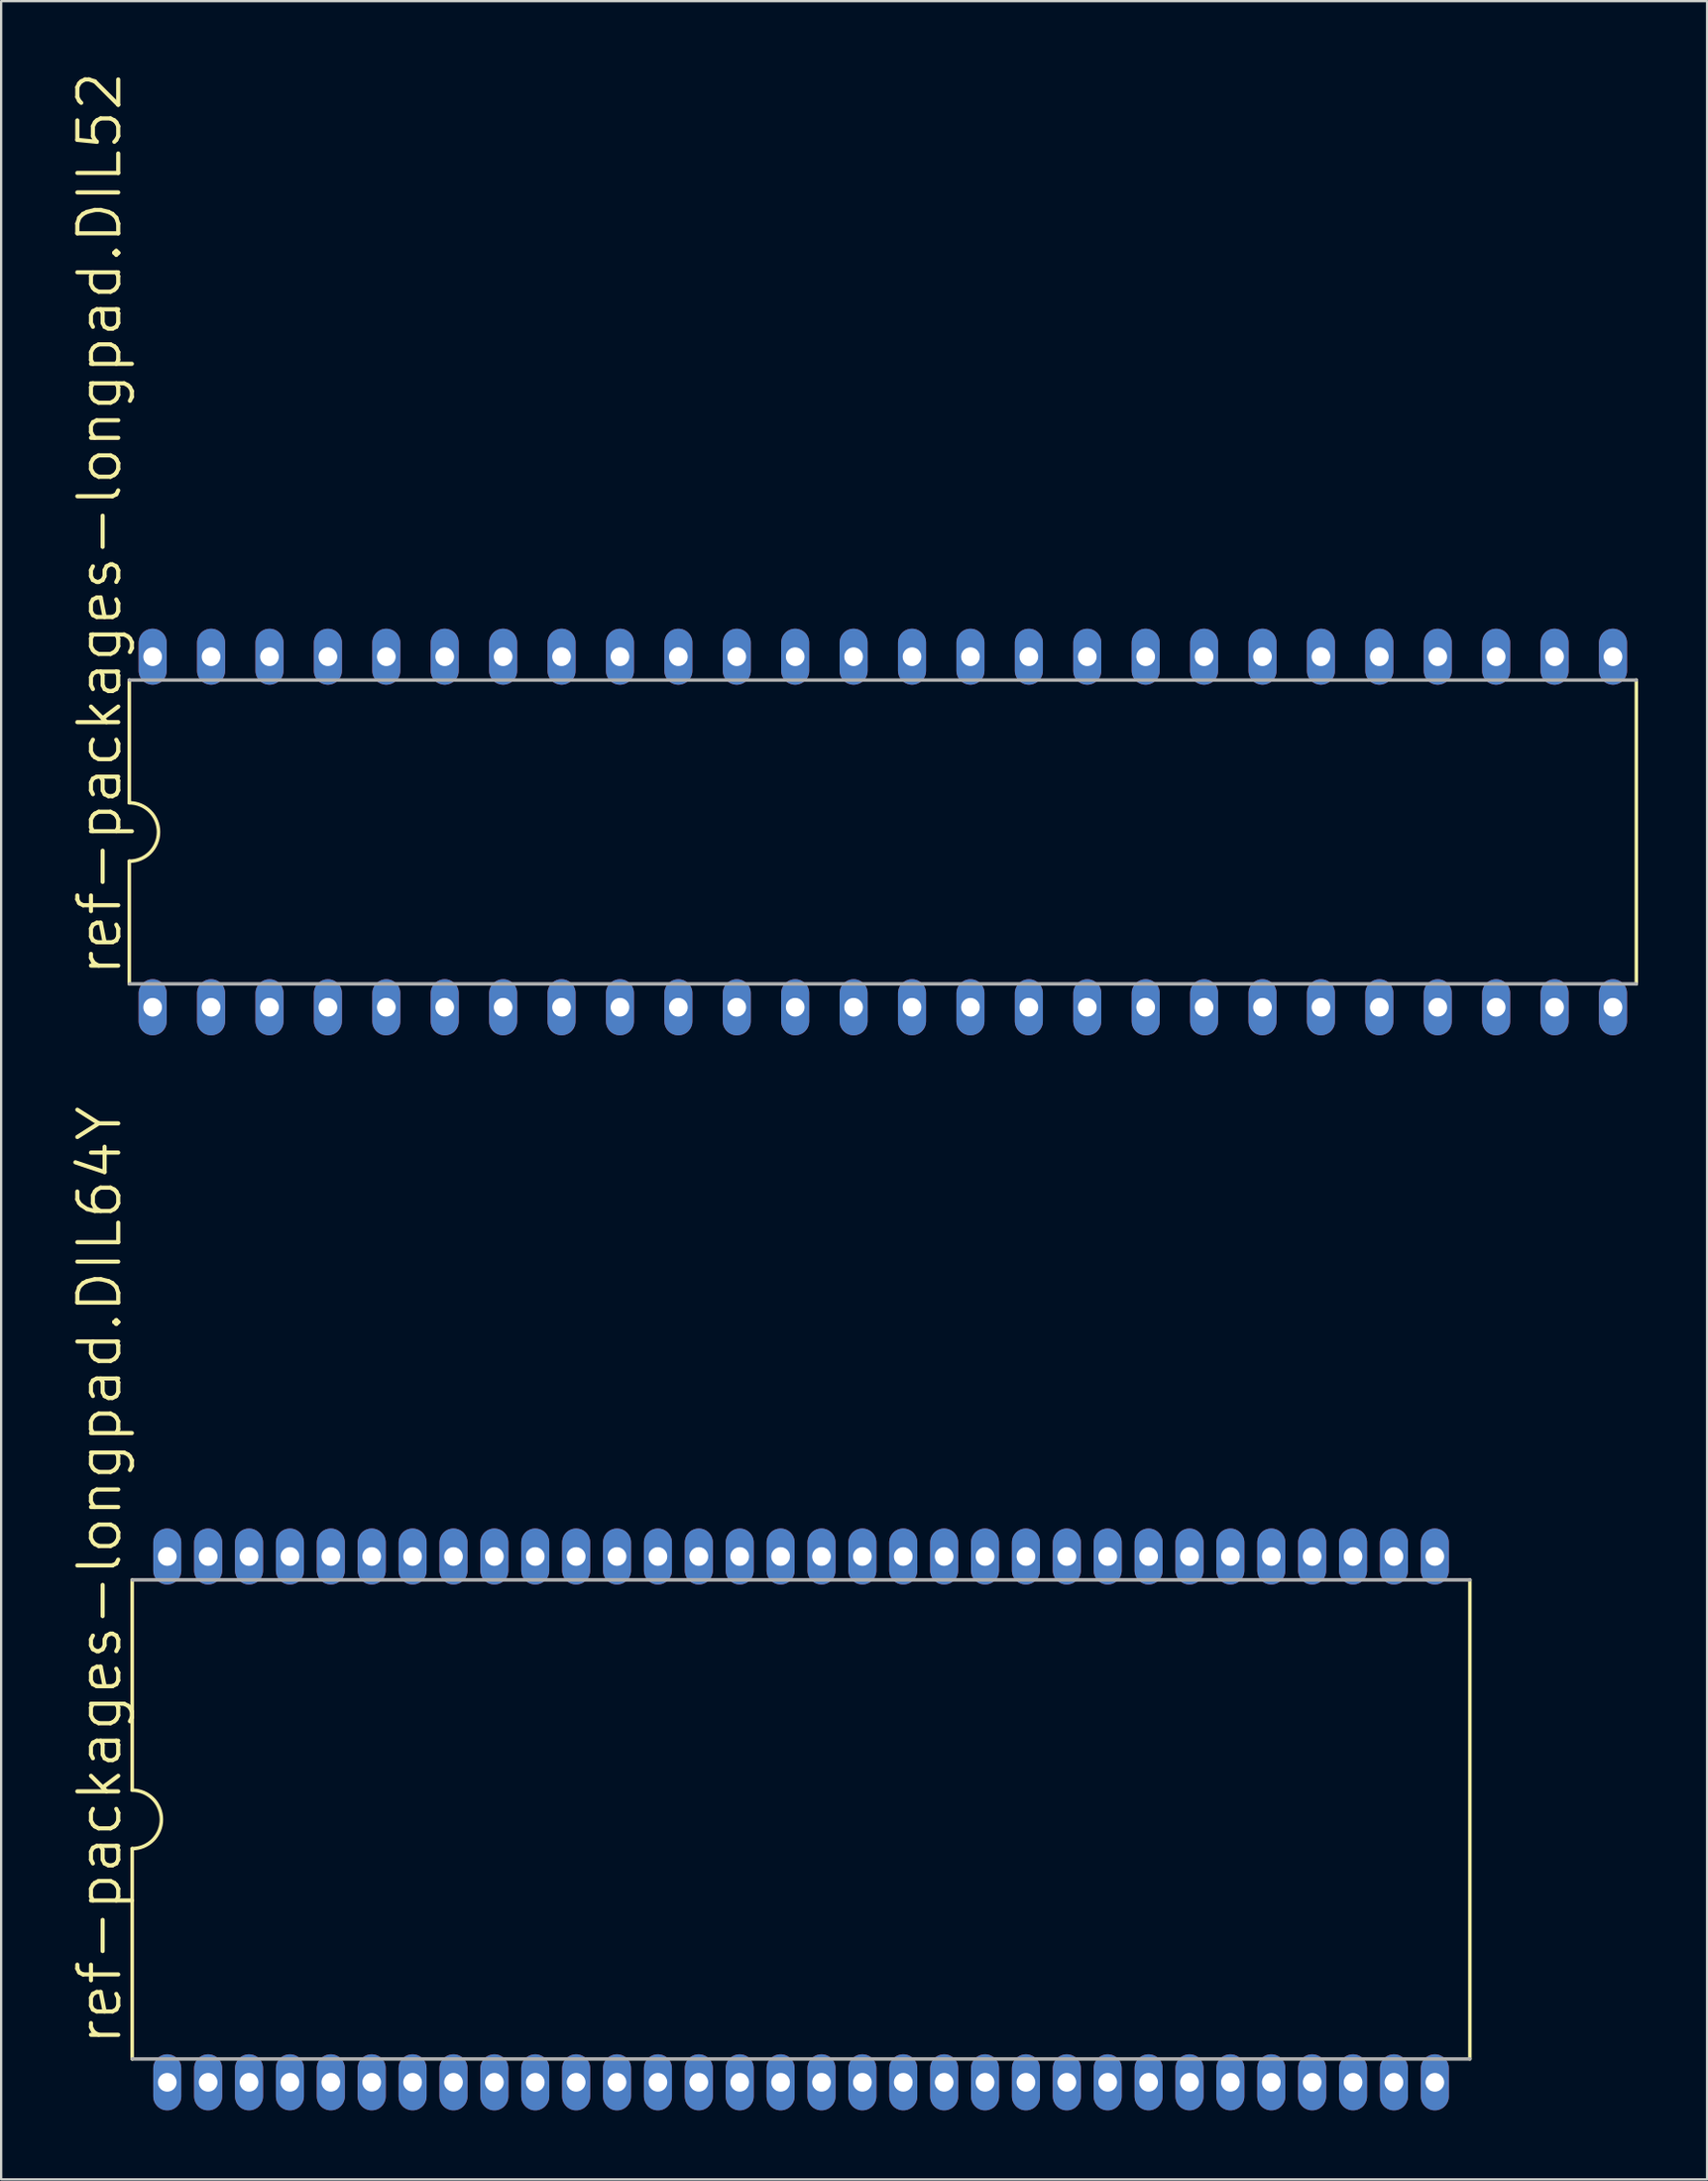
<source format=kicad_pcb>
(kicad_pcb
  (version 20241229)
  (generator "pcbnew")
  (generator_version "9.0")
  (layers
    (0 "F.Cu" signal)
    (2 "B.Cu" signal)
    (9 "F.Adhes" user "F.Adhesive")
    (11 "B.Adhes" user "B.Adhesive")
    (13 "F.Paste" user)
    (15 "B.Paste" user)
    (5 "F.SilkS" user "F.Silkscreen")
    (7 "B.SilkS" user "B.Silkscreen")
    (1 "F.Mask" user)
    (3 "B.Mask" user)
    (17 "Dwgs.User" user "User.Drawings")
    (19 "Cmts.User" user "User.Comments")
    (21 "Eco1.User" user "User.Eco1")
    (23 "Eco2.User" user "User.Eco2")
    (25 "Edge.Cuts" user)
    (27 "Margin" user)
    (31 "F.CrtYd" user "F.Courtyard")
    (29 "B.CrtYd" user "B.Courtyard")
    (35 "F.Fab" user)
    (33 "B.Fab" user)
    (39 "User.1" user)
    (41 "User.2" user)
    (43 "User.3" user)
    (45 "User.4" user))
  (footprint "ref-packages-longpad.DIL64Y"
    (layer "F.Cu")
    (at 31.782 76.047)
    (property "Reference" "ref-packages-longpad.DIL64Y" (at -29.464 9.906 90) (layer "F.SilkS") (effects (font (size 1.778 1.778) (thickness 0.18)) (justify left bottom)))
    (attr through_hole)
    (fp_line (start -29.083 -10.414) (end -29.083 -1.27) (stroke (width 0.152) (type default)) (layer "F.SilkS"))
    (fp_line (start -29.083 1.27) (end -29.083 10.414) (stroke (width 0.152) (type default)) (layer "F.SilkS"))
    (fp_line (start 29.083 10.414) (end 29.083 -10.414) (stroke (width 0.152) (type default)) (layer "F.SilkS"))
    (fp_arc (start -29.083 -1.27) (mid -27.813 0) (end -29.083 1.27) (stroke (width 0.1524) (type default)) (layer "F.SilkS"))
    (fp_line (start -29.083 -10.414) (end 29.083 -10.414) (stroke (width 0.152) (type default)) (layer "F.Fab"))
    (fp_line (start -29.083 10.414) (end 29.083 10.414) (stroke (width 0.152) (type default)) (layer "F.Fab"))
    (pad "1" thru_hole oval (at -27.559 11.43 90) (size 2.438 1.219) (drill 0.813) (layers "*.Cu" "*.Mask"))
    (pad "2" thru_hole oval (at -25.781 11.43 90) (size 2.438 1.219) (drill 0.813) (layers "*.Cu" "*.Mask"))
    (pad "3" thru_hole oval (at -24.003 11.43 90) (size 2.438 1.219) (drill 0.813) (layers "*.Cu" "*.Mask"))
    (pad "4" thru_hole oval (at -22.225 11.43 90) (size 2.438 1.219) (drill 0.813) (layers "*.Cu" "*.Mask"))
    (pad "5" thru_hole oval (at -20.447 11.43 90) (size 2.438 1.219) (drill 0.813) (layers "*.Cu" "*.Mask"))
    (pad "6" thru_hole oval (at -18.669 11.43 90) (size 2.438 1.219) (drill 0.813) (layers "*.Cu" "*.Mask"))
    (pad "7" thru_hole oval (at -16.891 11.43 90) (size 2.438 1.219) (drill 0.813) (layers "*.Cu" "*.Mask"))
    (pad "8" thru_hole oval (at -15.113 11.43 90) (size 2.438 1.219) (drill 0.813) (layers "*.Cu" "*.Mask"))
    (pad "9" thru_hole oval (at -13.335 11.43 90) (size 2.438 1.219) (drill 0.813) (layers "*.Cu" "*.Mask"))
    (pad "10" thru_hole oval (at -11.557 11.43 90) (size 2.438 1.219) (drill 0.813) (layers "*.Cu" "*.Mask"))
    (pad "11" thru_hole oval (at -9.779 11.43 90) (size 2.438 1.219) (drill 0.813) (layers "*.Cu" "*.Mask"))
    (pad "12" thru_hole oval (at -8.001 11.43 90) (size 2.438 1.219) (drill 0.813) (layers "*.Cu" "*.Mask"))
    (pad "13" thru_hole oval (at -6.223 11.43 90) (size 2.438 1.219) (drill 0.813) (layers "*.Cu" "*.Mask"))
    (pad "14" thru_hole oval (at -4.445 11.43 90) (size 2.438 1.219) (drill 0.813) (layers "*.Cu" "*.Mask"))
    (pad "15" thru_hole oval (at -2.667 11.43 90) (size 2.438 1.219) (drill 0.813) (layers "*.Cu" "*.Mask"))
    (pad "16" thru_hole oval (at -0.889 11.43 90) (size 2.438 1.219) (drill 0.813) (layers "*.Cu" "*.Mask"))
    (pad "17" thru_hole oval (at 0.889 11.43 90) (size 2.438 1.219) (drill 0.813) (layers "*.Cu" "*.Mask"))
    (pad "18" thru_hole oval (at 2.667 11.43 90) (size 2.438 1.219) (drill 0.813) (layers "*.Cu" "*.Mask"))
    (pad "19" thru_hole oval (at 4.445 11.43 90) (size 2.438 1.219) (drill 0.813) (layers "*.Cu" "*.Mask"))
    (pad "20" thru_hole oval (at 6.223 11.43 90) (size 2.438 1.219) (drill 0.813) (layers "*.Cu" "*.Mask"))
    (pad "21" thru_hole oval (at 8.001 11.43 90) (size 2.438 1.219) (drill 0.813) (layers "*.Cu" "*.Mask"))
    (pad "22" thru_hole oval (at 9.779 11.43 90) (size 2.438 1.219) (drill 0.813) (layers "*.Cu" "*.Mask"))
    (pad "23" thru_hole oval (at 11.557 11.43 90) (size 2.438 1.219) (drill 0.813) (layers "*.Cu" "*.Mask"))
    (pad "24" thru_hole oval (at 13.335 11.43 90) (size 2.438 1.219) (drill 0.813) (layers "*.Cu" "*.Mask"))
    (pad "25" thru_hole oval (at 15.113 11.43 90) (size 2.438 1.219) (drill 0.813) (layers "*.Cu" "*.Mask"))
    (pad "26" thru_hole oval (at 16.891 11.43 90) (size 2.438 1.219) (drill 0.813) (layers "*.Cu" "*.Mask"))
    (pad "27" thru_hole oval (at 18.669 11.43 90) (size 2.438 1.219) (drill 0.813) (layers "*.Cu" "*.Mask"))
    (pad "28" thru_hole oval (at 20.447 11.43 90) (size 2.438 1.219) (drill 0.813) (layers "*.Cu" "*.Mask"))
    (pad "29" thru_hole oval (at 22.225 11.43 90) (size 2.438 1.219) (drill 0.813) (layers "*.Cu" "*.Mask"))
    (pad "30" thru_hole oval (at 24.003 11.43 90) (size 2.438 1.219) (drill 0.813) (layers "*.Cu" "*.Mask"))
    (pad "31" thru_hole oval (at 25.781 11.43 90) (size 2.438 1.219) (drill 0.813) (layers "*.Cu" "*.Mask"))
    (pad "32" thru_hole oval (at 27.559 11.43 90) (size 2.438 1.219) (drill 0.813) (layers "*.Cu" "*.Mask"))
    (pad "33" thru_hole oval (at 27.559 -11.43 90) (size 2.438 1.219) (drill 0.813) (layers "*.Cu" "*.Mask"))
    (pad "34" thru_hole oval (at 25.781 -11.43 90) (size 2.438 1.219) (drill 0.813) (layers "*.Cu" "*.Mask"))
    (pad "35" thru_hole oval (at 24.003 -11.43 90) (size 2.438 1.219) (drill 0.813) (layers "*.Cu" "*.Mask"))
    (pad "36" thru_hole oval (at 22.225 -11.43 90) (size 2.438 1.219) (drill 0.813) (layers "*.Cu" "*.Mask"))
    (pad "37" thru_hole oval (at 20.447 -11.43 90) (size 2.438 1.219) (drill 0.813) (layers "*.Cu" "*.Mask"))
    (pad "38" thru_hole oval (at 18.669 -11.43 90) (size 2.438 1.219) (drill 0.813) (layers "*.Cu" "*.Mask"))
    (pad "39" thru_hole oval (at 16.891 -11.43 90) (size 2.438 1.219) (drill 0.813) (layers "*.Cu" "*.Mask"))
    (pad "40" thru_hole oval (at 15.113 -11.43 90) (size 2.438 1.219) (drill 0.813) (layers "*.Cu" "*.Mask"))
    (pad "41" thru_hole oval (at 13.335 -11.43 90) (size 2.438 1.219) (drill 0.813) (layers "*.Cu" "*.Mask"))
    (pad "42" thru_hole oval (at 11.557 -11.43 90) (size 2.438 1.219) (drill 0.813) (layers "*.Cu" "*.Mask"))
    (pad "43" thru_hole oval (at 9.779 -11.43 90) (size 2.438 1.219) (drill 0.813) (layers "*.Cu" "*.Mask"))
    (pad "44" thru_hole oval (at 8.001 -11.43 90) (size 2.438 1.219) (drill 0.813) (layers "*.Cu" "*.Mask"))
    (pad "45" thru_hole oval (at 6.223 -11.43 90) (size 2.438 1.219) (drill 0.813) (layers "*.Cu" "*.Mask"))
    (pad "46" thru_hole oval (at 4.445 -11.43 90) (size 2.438 1.219) (drill 0.813) (layers "*.Cu" "*.Mask"))
    (pad "47" thru_hole oval (at 2.667 -11.43 90) (size 2.438 1.219) (drill 0.813) (layers "*.Cu" "*.Mask"))
    (pad "48" thru_hole oval (at 0.889 -11.43 90) (size 2.438 1.219) (drill 0.813) (layers "*.Cu" "*.Mask"))
    (pad "49" thru_hole oval (at -0.889 -11.43 90) (size 2.438 1.219) (drill 0.813) (layers "*.Cu" "*.Mask"))
    (pad "50" thru_hole oval (at -2.667 -11.43 90) (size 2.438 1.219) (drill 0.813) (layers "*.Cu" "*.Mask"))
    (pad "51" thru_hole oval (at -4.445 -11.43 90) (size 2.438 1.219) (drill 0.813) (layers "*.Cu" "*.Mask"))
    (pad "52" thru_hole oval (at -6.223 -11.43 90) (size 2.438 1.219) (drill 0.813) (layers "*.Cu" "*.Mask"))
    (pad "53" thru_hole oval (at -8.001 -11.43 90) (size 2.438 1.219) (drill 0.813) (layers "*.Cu" "*.Mask"))
    (pad "54" thru_hole oval (at -9.779 -11.43 90) (size 2.438 1.219) (drill 0.813) (layers "*.Cu" "*.Mask"))
    (pad "55" thru_hole oval (at -11.557 -11.43 90) (size 2.438 1.219) (drill 0.813) (layers "*.Cu" "*.Mask"))
    (pad "56" thru_hole oval (at -13.335 -11.43 90) (size 2.438 1.219) (drill 0.813) (layers "*.Cu" "*.Mask"))
    (pad "57" thru_hole oval (at -15.113 -11.43 90) (size 2.438 1.219) (drill 0.813) (layers "*.Cu" "*.Mask"))
    (pad "58" thru_hole oval (at -16.891 -11.43 90) (size 2.438 1.219) (drill 0.813) (layers "*.Cu" "*.Mask"))
    (pad "59" thru_hole oval (at -18.669 -11.43 90) (size 2.438 1.219) (drill 0.813) (layers "*.Cu" "*.Mask"))
    (pad "60" thru_hole oval (at -20.447 -11.43 90) (size 2.438 1.219) (drill 0.813) (layers "*.Cu" "*.Mask"))
    (pad "61" thru_hole oval (at -22.225 -11.43 90) (size 2.438 1.219) (drill 0.813) (layers "*.Cu" "*.Mask"))
    (pad "62" thru_hole oval (at -24.003 -11.43 90) (size 2.438 1.219) (drill 0.813) (layers "*.Cu" "*.Mask"))
    (pad "63" thru_hole oval (at -25.781 -11.43 90) (size 2.438 1.219) (drill 0.813) (layers "*.Cu" "*.Mask"))
    (pad "64" thru_hole oval (at -27.559 -11.43 90) (size 2.438 1.219) (drill 0.813) (layers "*.Cu" "*.Mask")))
  (footprint "ref-packages-longpad.DIL52"
    (layer "F.Cu")
    (at 35.338 33.12)
    (property "Reference" "ref-packages-longpad.DIL52" (at -33.02 6.35 90) (layer "F.SilkS") (effects (font (size 1.778 1.778) (thickness 0.18)) (justify left bottom)))
    (attr through_hole)
    (fp_line (start -32.766 -1.27) (end -32.766 -6.604) (stroke (width 0.152) (type default)) (layer "F.SilkS"))
    (fp_line (start -32.766 1.27) (end -32.766 6.604) (stroke (width 0.152) (type default)) (layer "F.SilkS"))
    (fp_line (start 32.766 6.604) (end 32.766 -6.604) (stroke (width 0.152) (type default)) (layer "F.SilkS"))
    (fp_arc (start -32.766 -1.27) (mid -31.496 0) (end -32.766 1.27) (stroke (width 0.1524) (type default)) (layer "F.SilkS"))
    (fp_line (start -32.766 -6.604) (end 32.766 -6.604) (stroke (width 0.152) (type default)) (layer "F.Fab"))
    (fp_line (start -32.766 6.604) (end 32.766 6.604) (stroke (width 0.152) (type default)) (layer "F.Fab"))
    (pad "1" thru_hole oval (at -31.75 7.62 90) (size 2.438 1.219) (drill 0.813) (layers "*.Cu" "*.Mask"))
    (pad "2" thru_hole oval (at -29.21 7.62 90) (size 2.438 1.219) (drill 0.813) (layers "*.Cu" "*.Mask"))
    (pad "3" thru_hole oval (at -26.67 7.62 90) (size 2.438 1.219) (drill 0.813) (layers "*.Cu" "*.Mask"))
    (pad "4" thru_hole oval (at -24.13 7.62 90) (size 2.438 1.219) (drill 0.813) (layers "*.Cu" "*.Mask"))
    (pad "5" thru_hole oval (at -21.59 7.62 90) (size 2.438 1.219) (drill 0.813) (layers "*.Cu" "*.Mask"))
    (pad "6" thru_hole oval (at -19.05 7.62 90) (size 2.438 1.219) (drill 0.813) (layers "*.Cu" "*.Mask"))
    (pad "7" thru_hole oval (at -16.51 7.62 90) (size 2.438 1.219) (drill 0.813) (layers "*.Cu" "*.Mask"))
    (pad "8" thru_hole oval (at -13.97 7.62 90) (size 2.438 1.219) (drill 0.813) (layers "*.Cu" "*.Mask"))
    (pad "9" thru_hole oval (at -11.43 7.62 90) (size 2.438 1.219) (drill 0.813) (layers "*.Cu" "*.Mask"))
    (pad "10" thru_hole oval (at -8.89 7.62 90) (size 2.438 1.219) (drill 0.813) (layers "*.Cu" "*.Mask"))
    (pad "11" thru_hole oval (at -6.35 7.62 90) (size 2.438 1.219) (drill 0.813) (layers "*.Cu" "*.Mask"))
    (pad "12" thru_hole oval (at -3.81 7.62 90) (size 2.438 1.219) (drill 0.813) (layers "*.Cu" "*.Mask"))
    (pad "13" thru_hole oval (at -1.27 7.62 90) (size 2.438 1.219) (drill 0.813) (layers "*.Cu" "*.Mask"))
    (pad "14" thru_hole oval (at 1.27 7.62 90) (size 2.438 1.219) (drill 0.813) (layers "*.Cu" "*.Mask"))
    (pad "15" thru_hole oval (at 3.81 7.62 90) (size 2.438 1.219) (drill 0.813) (layers "*.Cu" "*.Mask"))
    (pad "16" thru_hole oval (at 6.35 7.62 90) (size 2.438 1.219) (drill 0.813) (layers "*.Cu" "*.Mask"))
    (pad "17" thru_hole oval (at 8.89 7.62 90) (size 2.438 1.219) (drill 0.813) (layers "*.Cu" "*.Mask"))
    (pad "18" thru_hole oval (at 11.43 7.62 90) (size 2.438 1.219) (drill 0.813) (layers "*.Cu" "*.Mask"))
    (pad "19" thru_hole oval (at 13.97 7.62 90) (size 2.438 1.219) (drill 0.813) (layers "*.Cu" "*.Mask"))
    (pad "20" thru_hole oval (at 16.51 7.62 90) (size 2.438 1.219) (drill 0.813) (layers "*.Cu" "*.Mask"))
    (pad "21" thru_hole oval (at 19.05 7.62 90) (size 2.438 1.219) (drill 0.813) (layers "*.Cu" "*.Mask"))
    (pad "22" thru_hole oval (at 21.59 7.62 90) (size 2.438 1.219) (drill 0.813) (layers "*.Cu" "*.Mask"))
    (pad "23" thru_hole oval (at 24.13 7.62 90) (size 2.438 1.219) (drill 0.813) (layers "*.Cu" "*.Mask"))
    (pad "24" thru_hole oval (at 26.67 7.62 90) (size 2.438 1.219) (drill 0.813) (layers "*.Cu" "*.Mask"))
    (pad "25" thru_hole oval (at 29.21 7.62 90) (size 2.438 1.219) (drill 0.813) (layers "*.Cu" "*.Mask"))
    (pad "26" thru_hole oval (at 31.75 7.62 90) (size 2.438 1.219) (drill 0.813) (layers "*.Cu" "*.Mask"))
    (pad "27" thru_hole oval (at 31.75 -7.62 90) (size 2.438 1.219) (drill 0.813) (layers "*.Cu" "*.Mask"))
    (pad "28" thru_hole oval (at 29.21 -7.62 90) (size 2.438 1.219) (drill 0.813) (layers "*.Cu" "*.Mask"))
    (pad "29" thru_hole oval (at 26.67 -7.62 90) (size 2.438 1.219) (drill 0.813) (layers "*.Cu" "*.Mask"))
    (pad "30" thru_hole oval (at 24.13 -7.62 90) (size 2.438 1.219) (drill 0.813) (layers "*.Cu" "*.Mask"))
    (pad "31" thru_hole oval (at 21.59 -7.62 90) (size 2.438 1.219) (drill 0.813) (layers "*.Cu" "*.Mask"))
    (pad "32" thru_hole oval (at 19.05 -7.62 90) (size 2.438 1.219) (drill 0.813) (layers "*.Cu" "*.Mask"))
    (pad "33" thru_hole oval (at 16.51 -7.62 90) (size 2.438 1.219) (drill 0.813) (layers "*.Cu" "*.Mask"))
    (pad "34" thru_hole oval (at 13.97 -7.62 90) (size 2.438 1.219) (drill 0.813) (layers "*.Cu" "*.Mask"))
    (pad "35" thru_hole oval (at 11.43 -7.62 90) (size 2.438 1.219) (drill 0.813) (layers "*.Cu" "*.Mask"))
    (pad "36" thru_hole oval (at 8.89 -7.62 90) (size 2.438 1.219) (drill 0.813) (layers "*.Cu" "*.Mask"))
    (pad "37" thru_hole oval (at 6.35 -7.62 90) (size 2.438 1.219) (drill 0.813) (layers "*.Cu" "*.Mask"))
    (pad "38" thru_hole oval (at 3.81 -7.62 90) (size 2.438 1.219) (drill 0.813) (layers "*.Cu" "*.Mask"))
    (pad "39" thru_hole oval (at 1.27 -7.62 90) (size 2.438 1.219) (drill 0.813) (layers "*.Cu" "*.Mask"))
    (pad "40" thru_hole oval (at -1.27 -7.62 90) (size 2.438 1.219) (drill 0.813) (layers "*.Cu" "*.Mask"))
    (pad "41" thru_hole oval (at -3.81 -7.62 90) (size 2.438 1.219) (drill 0.813) (layers "*.Cu" "*.Mask"))
    (pad "42" thru_hole oval (at -6.35 -7.62 90) (size 2.438 1.219) (drill 0.813) (layers "*.Cu" "*.Mask"))
    (pad "43" thru_hole oval (at -8.89 -7.62 90) (size 2.438 1.219) (drill 0.813) (layers "*.Cu" "*.Mask"))
    (pad "44" thru_hole oval (at -11.43 -7.62 90) (size 2.438 1.219) (drill 0.813) (layers "*.Cu" "*.Mask"))
    (pad "45" thru_hole oval (at -13.97 -7.62 90) (size 2.438 1.219) (drill 0.813) (layers "*.Cu" "*.Mask"))
    (pad "46" thru_hole oval (at -16.51 -7.62 90) (size 2.438 1.219) (drill 0.813) (layers "*.Cu" "*.Mask"))
    (pad "47" thru_hole oval (at -19.05 -7.62 90) (size 2.438 1.219) (drill 0.813) (layers "*.Cu" "*.Mask"))
    (pad "48" thru_hole oval (at -21.59 -7.62 90) (size 2.438 1.219) (drill 0.813) (layers "*.Cu" "*.Mask"))
    (pad "49" thru_hole oval (at -24.13 -7.62 90) (size 2.438 1.219) (drill 0.813) (layers "*.Cu" "*.Mask"))
    (pad "50" thru_hole oval (at -26.67 -7.62 90) (size 2.438 1.219) (drill 0.813) (layers "*.Cu" "*.Mask"))
    (pad "51" thru_hole oval (at -29.21 -7.62 90) (size 2.438 1.219) (drill 0.813) (layers "*.Cu" "*.Mask"))
    (pad "52" thru_hole oval (at -31.75 -7.62 90) (size 2.438 1.219) (drill 0.813) (layers "*.Cu" "*.Mask")))
  (gr_rect
    (start -3 -3)
    (end 71.18 91.696)
    (stroke (width 0.1) (type default))
    (fill no)
    (layer "Edge.Cuts")))
</source>
